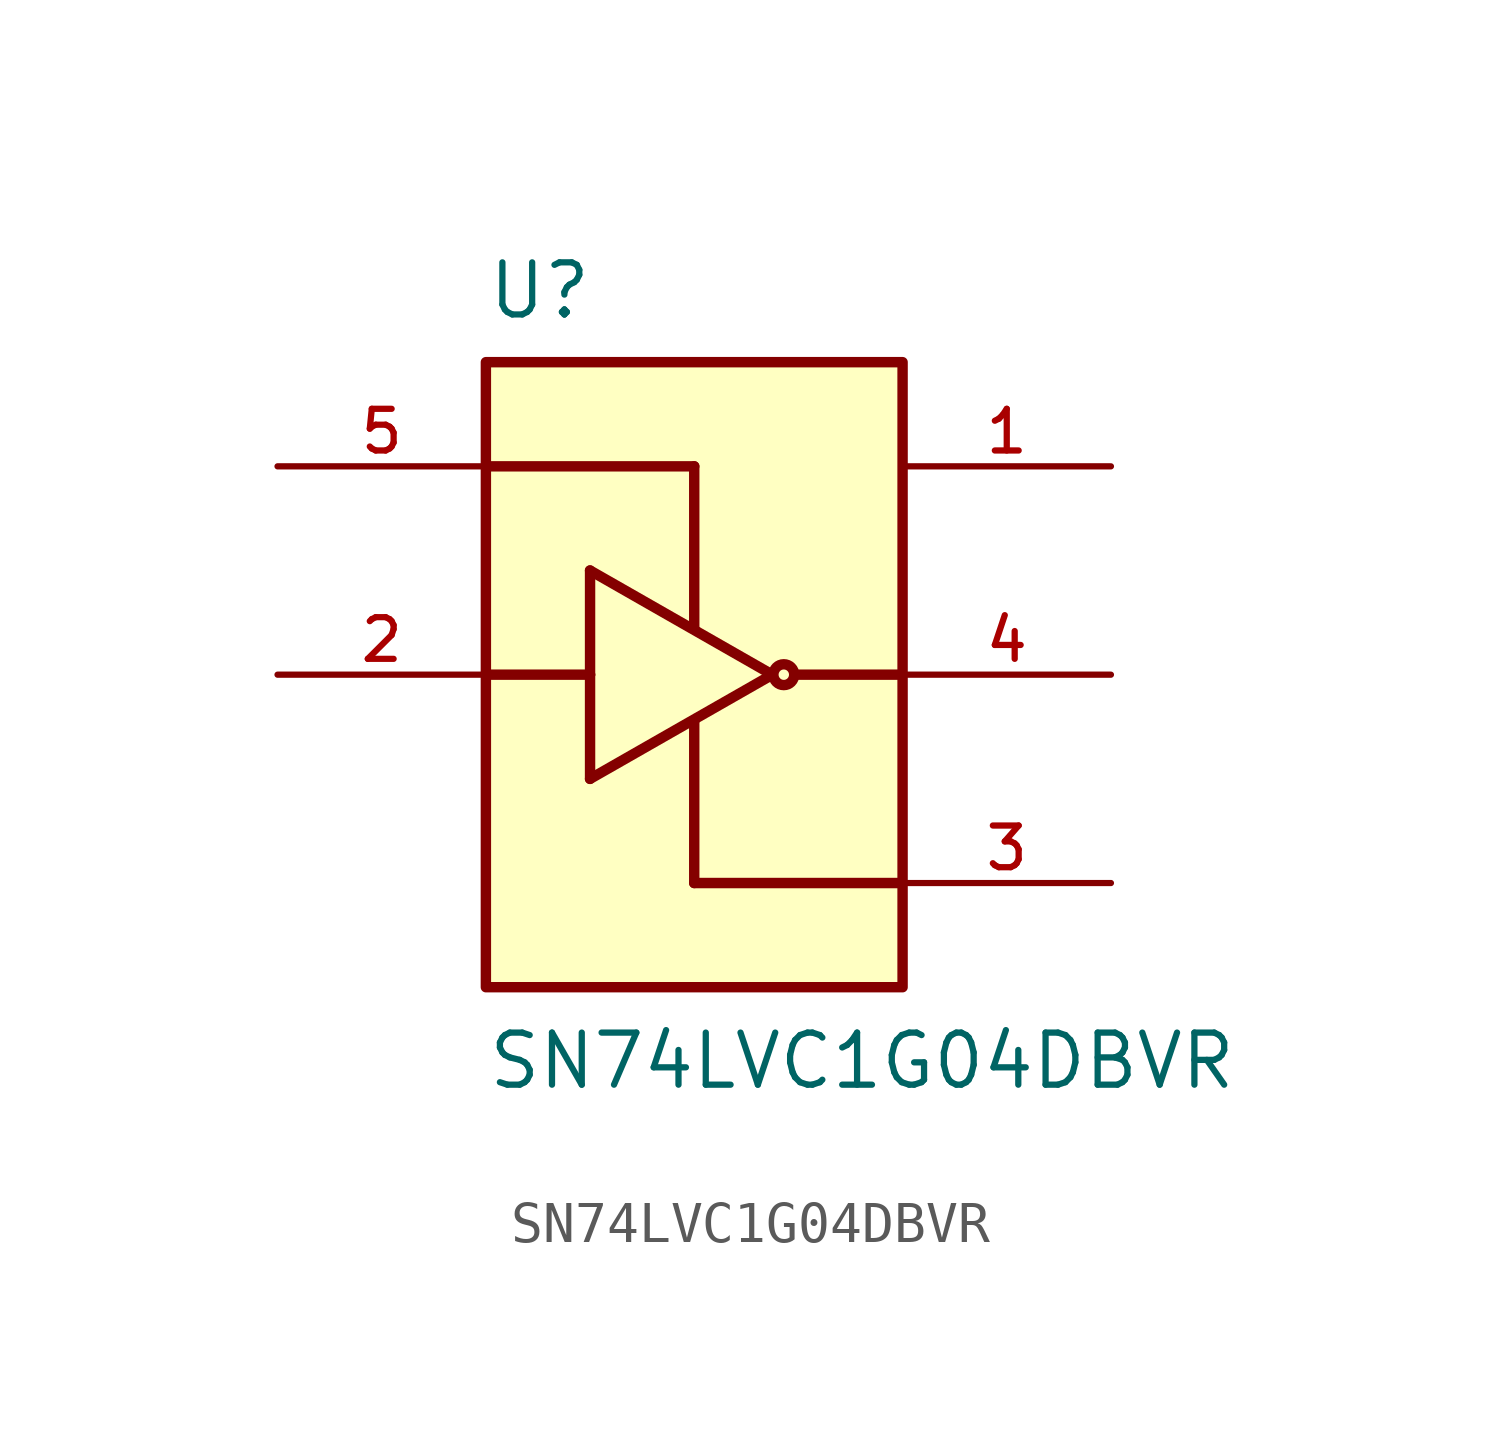
<source format=kicad_sym>
(kicad_symbol_lib
  (version 20211014)
  (generator kicad_symbol_editor)
  (symbol "SN74LVC1G04DBVR"
    (pin_names
      (offset 1.016))
    (property "Reference" "U"
      (at -5.08 8.62 0.0)
      (effects (font (size 1.27 1.27)) (justify bottom left)))
    (property "Value" "SN74LVC1G04DBVR"
      (at -5.08 -10.16 0.0)
      (effects (font (size 1.27 1.27)) (justify bottom left)))
    (symbol "SN74LVC1G04DBVR_0_0"
      (circle (center 2.184 0.0) (radius 0.254) (stroke (width 0.254)) (fill (type none)))
      (polyline (pts (xy -2.54 2.54) (xy 1.905 0.0)) (stroke (width 0.254)))
      (polyline (pts (xy 1.905 0.0) (xy -2.54 -2.54)) (stroke (width 0.254)))
      (polyline (pts (xy -2.54 -2.54) (xy -2.54 0.0)) (stroke (width 0.254)))
      (polyline (pts (xy -2.54 0.0) (xy -2.54 2.54)) (stroke (width 0.254)))
      (polyline (pts (xy -5.08 5.08) (xy 0.0 5.08)) (stroke (width 0.254)))
      (polyline (pts (xy 0.0 5.08) (xy 0.0 1.143)) (stroke (width 0.254)))
      (polyline (pts (xy 0.0 -1.143) (xy 0.0 -5.08)) (stroke (width 0.254)))
      (polyline (pts (xy 0.0 -5.08) (xy 5.08 -5.08)) (stroke (width 0.254)))
      (polyline (pts (xy -5.08 0.0) (xy -2.54 0.0)) (stroke (width 0.254)))
      (polyline (pts (xy 2.54 0.0) (xy 5.08 0.0)) (stroke (width 0.254)))
      (rectangle (start -5.08 -7.62) (end 5.08 7.62) (stroke (width 0.254)) (fill (type background)))
      (pin input line (at -10.16 0.0 0) (length 5.08) (name "~" (effects (font (size 1.016 1.016)))) (number "2" (effects (font (size 1.016 1.016)))))
      (pin output line (at 10.16 0.0 180.0) (length 5.08) (name "~" (effects (font (size 1.016 1.016)))) (number "4" (effects (font (size 1.016 1.016)))))
      (pin power_in line (at -10.16 5.08 0) (length 5.08) (name "~" (effects (font (size 1.016 1.016)))) (number "5" (effects (font (size 1.016 1.016)))))
      (pin power_in line (at 10.16 -5.08 180.0) (length 5.08) (name "~" (effects (font (size 1.016 1.016)))) (number "3" (effects (font (size 1.016 1.016)))))
      (pin passive line (at 10.16 5.08 180.0) (length 5.08) (name "~" (effects (font (size 1.016 1.016)))) (number "1" (effects (font (size 1.016 1.016))))))))
</source>
